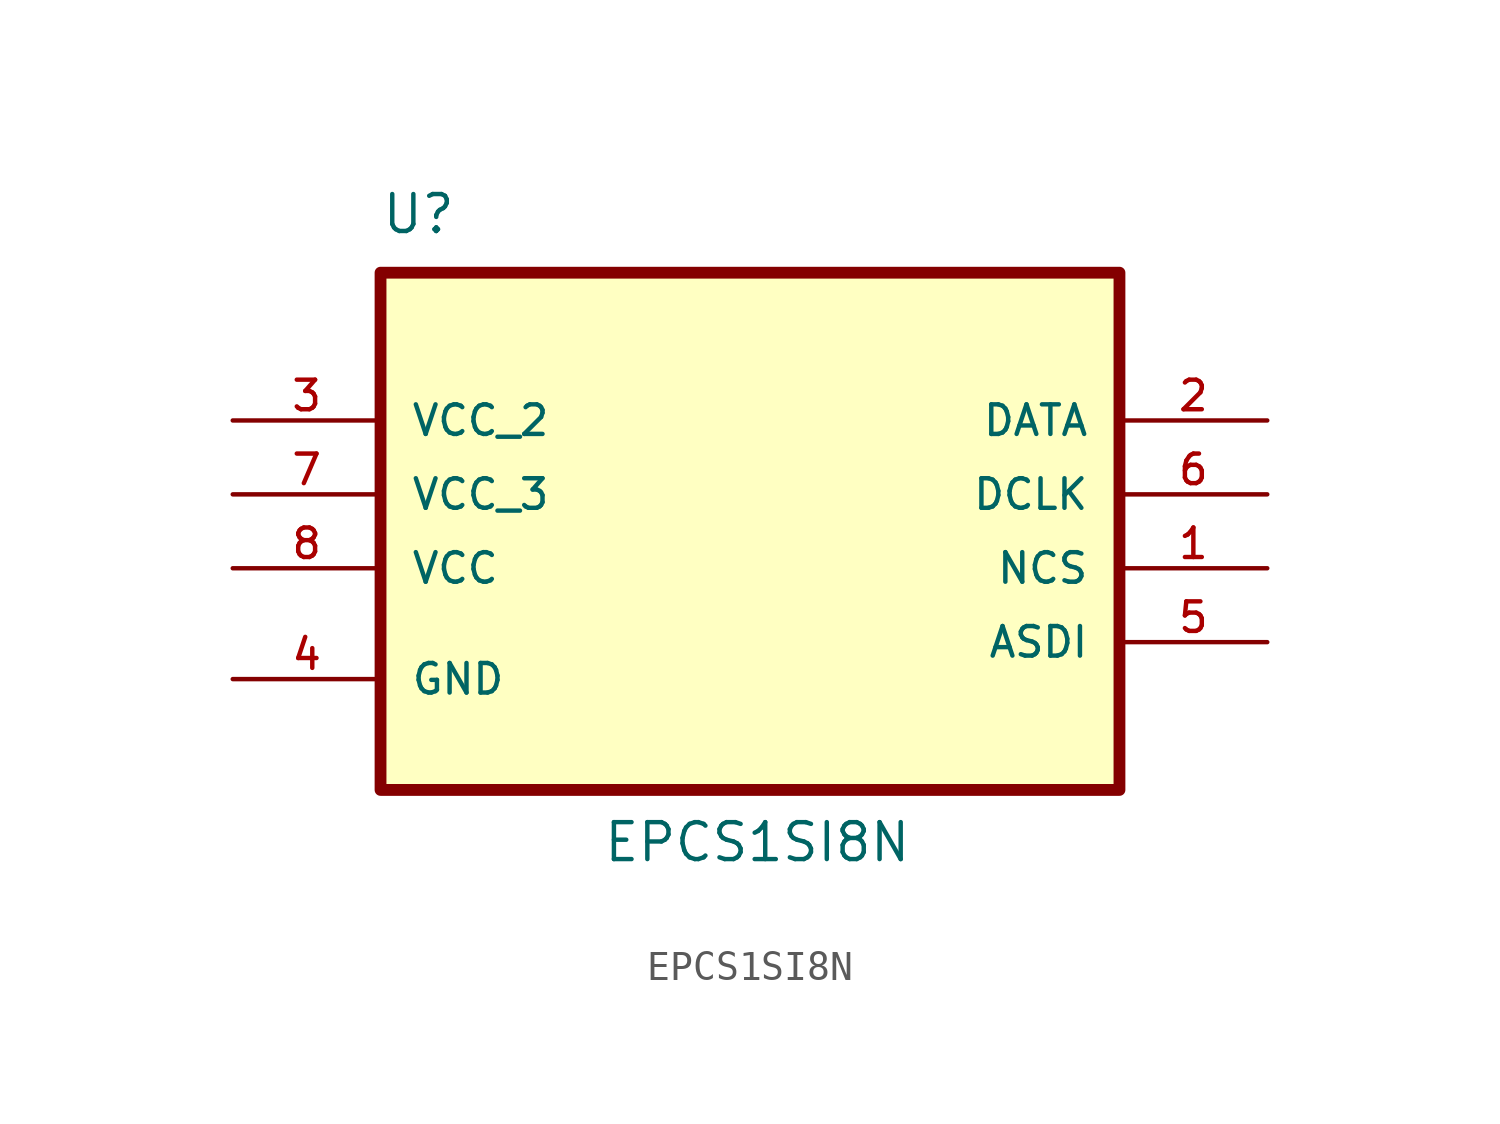
<source format=kicad_sym>
(kicad_symbol_lib
  (version 20220914)
  (generator kicad_symbol_editor)
  (symbol "EPCS1SI8N"
    (pin_names
      (offset 1.016))
    (property "Reference" "U"
      (at -12.7 13.97 0)
      (effects (font (size 1.27 1.27)) (justify left bottom)))
    (property "Value" "EPCS1SI8N"
      (at -5.08 -7.62 0)
      (effects (font (size 1.27 1.27)) (justify left bottom)))
    (symbol "EPCS1SI8N_0_0"
      (rectangle (start -12.7 12.7) (end 12.7 -5.08) (stroke (width 0.406) (type default)) (fill (type background)))
      (pin input line (at 17.78 2.54 180) (length 5.08) (name "NCS" (effects (font (size 1.016 1.016)))) (number "1" (effects (font (size 1.016 1.016)))))
      (pin output line (at 17.78 7.62 180) (length 5.08) (name "DATA" (effects (font (size 1.016 1.016)))) (number "2" (effects (font (size 1.016 1.016)))))
      (pin power_in line (at -17.78 7.62 0) (length 5.08) (name "VCC_2" (effects (font (size 1.016 1.016)))) (number "3" (effects (font (size 1.016 1.016)))))
      (pin passive line (at -17.78 -1.27 0) (length 5.08) (name "GND" (effects (font (size 1.016 1.016)))) (number "4" (effects (font (size 1.016 1.016)))))
      (pin input line (at 17.78 0 180) (length 5.08) (name "ASDI" (effects (font (size 1.016 1.016)))) (number "5" (effects (font (size 1.016 1.016)))))
      (pin input line (at 17.78 5.08 180) (length 5.08) (name "DCLK" (effects (font (size 1.016 1.016)))) (number "6" (effects (font (size 1.016 1.016)))))
      (pin power_in line (at -17.78 5.08 0) (length 5.08) (name "VCC_3" (effects (font (size 1.016 1.016)))) (number "7" (effects (font (size 1.016 1.016)))))
      (pin power_in line (at -17.78 2.54 0) (length 5.08) (name "VCC" (effects (font (size 1.016 1.016)))) (number "8" (effects (font (size 1.016 1.016))))))))
</source>
